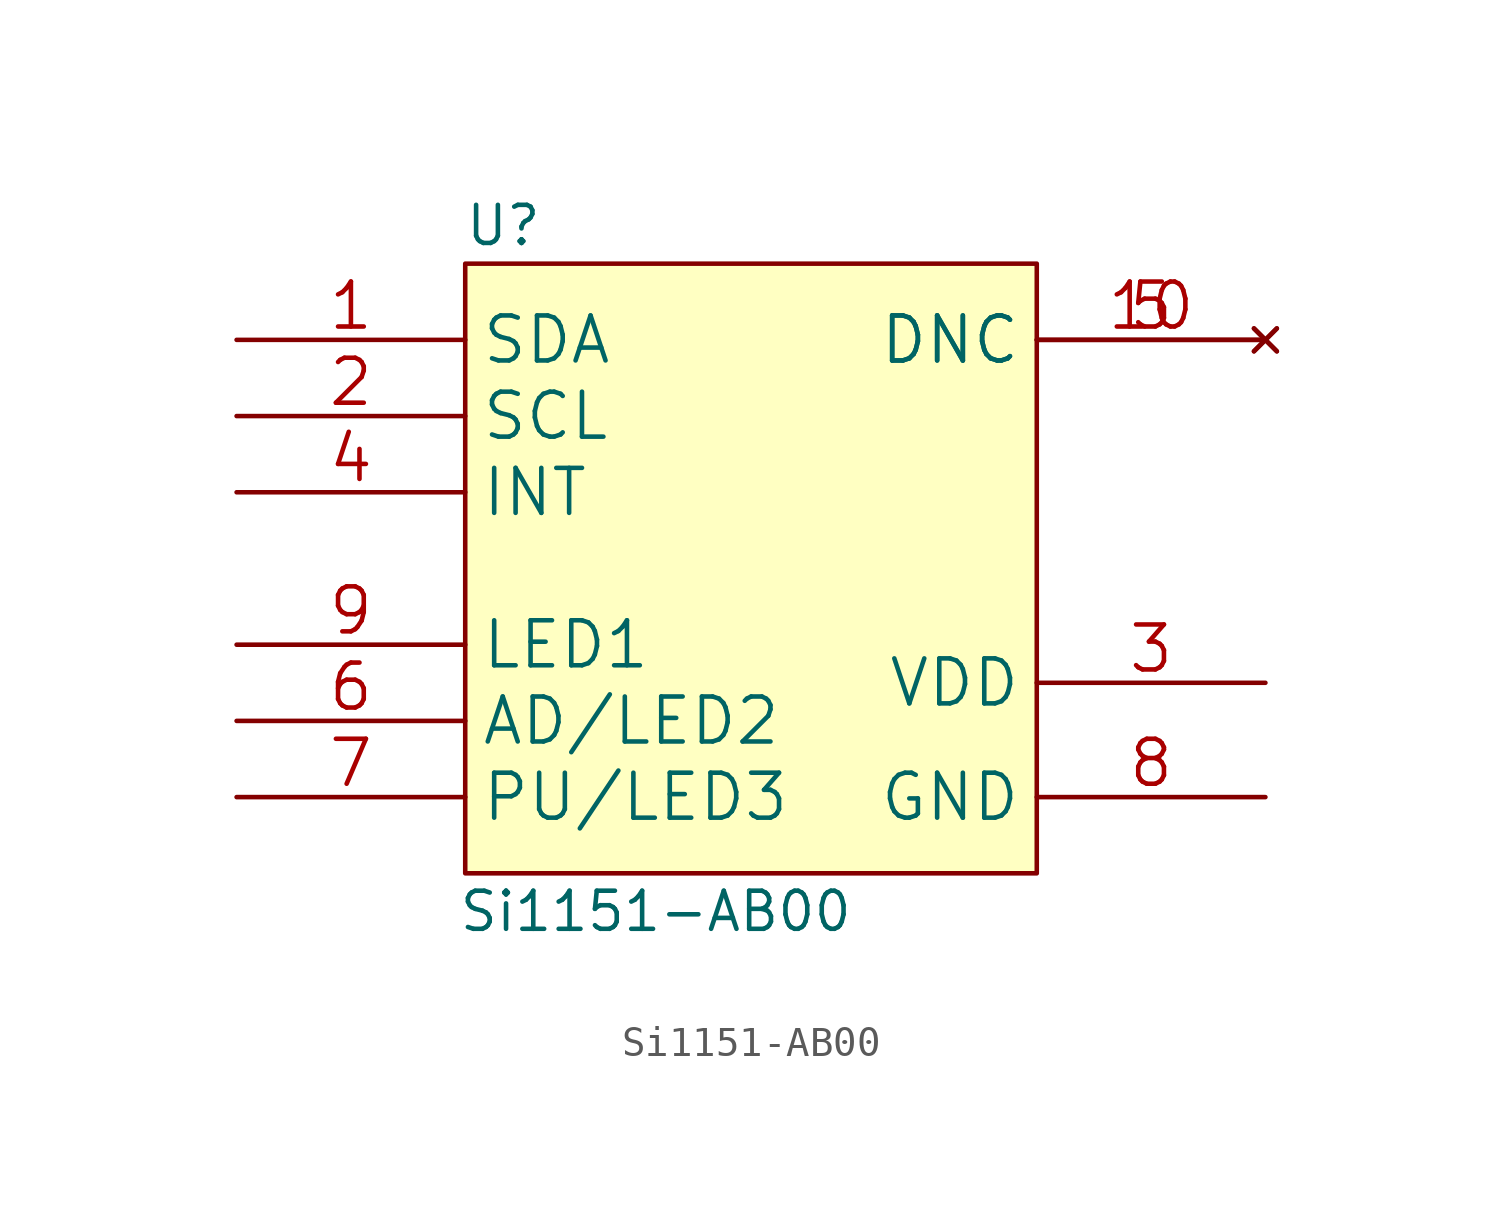
<source format=kicad_sym>
(kicad_symbol_lib
  (version 20201005)
  (generator kicad_symbol_editor)
  (symbol "si115x:Si1151-AB00"
    (property "Reference" "U"
      (at -11.43 11.43 0)
      (effects (font (size 1.27 1.27))))
    (property "Value" "Si1151-AB00"
      (at -6.35 -11.43 0)
      (effects (font (size 1.27 1.27))))
    (symbol "Si1151-AB00_0_1"
      (rectangle (start -12.7 10.16) (end 6.35 -10.16) (stroke (width 0.152)) (fill (type background))))
    (symbol "Si1151-AB00_1_1"
      (pin bidirectional line (at -20.32 7.62 0) (length 7.62) (name "SDA" (effects (font (size 1.499 1.499)))) (number "1" (effects (font (size 1.499 1.499)))))
      (pin no_connect line (at 13.97 7.62 180) (length 7.62) (name "DNC" (effects (font (size 1.499 1.499)))) (number "10" (effects (font (size 1.499 1.499)))))
      (pin input line (at -20.32 5.08 0) (length 7.62) (name "SCL" (effects (font (size 1.499 1.499)))) (number "2" (effects (font (size 1.499 1.499)))))
      (pin power_in line (at 13.97 -3.81 180) (length 7.62) (name "VDD" (effects (font (size 1.499 1.499)))) (number "3" (effects (font (size 1.499 1.499)))))
      (pin bidirectional line (at -20.32 2.54 0) (length 7.62) (name "INT" (effects (font (size 1.499 1.499)))) (number "4" (effects (font (size 1.499 1.499)))))
      (pin no_connect line (at 13.97 7.62 180) (length 7.62) (name "DNC" (effects (font (size 1.499 1.499)))) (number "5" (effects (font (size 1.499 1.499)))))
      (pin bidirectional line (at -20.32 -5.08 0) (length 7.62) (name "AD/LED2" (effects (font (size 1.499 1.499)))) (number "6" (effects (font (size 1.499 1.499)))))
      (pin bidirectional line (at -20.32 -7.62 0) (length 7.62) (name "PU/LED3" (effects (font (size 1.499 1.499)))) (number "7" (effects (font (size 1.499 1.499)))))
      (pin power_in line (at 13.97 -7.62 180) (length 7.62) (name "GND" (effects (font (size 1.499 1.499)))) (number "8" (effects (font (size 1.499 1.499)))))
      (pin output line (at -20.32 -2.54 0) (length 7.62) (name "LED1" (effects (font (size 1.499 1.499)))) (number "9" (effects (font (size 1.499 1.499))))))))
</source>
